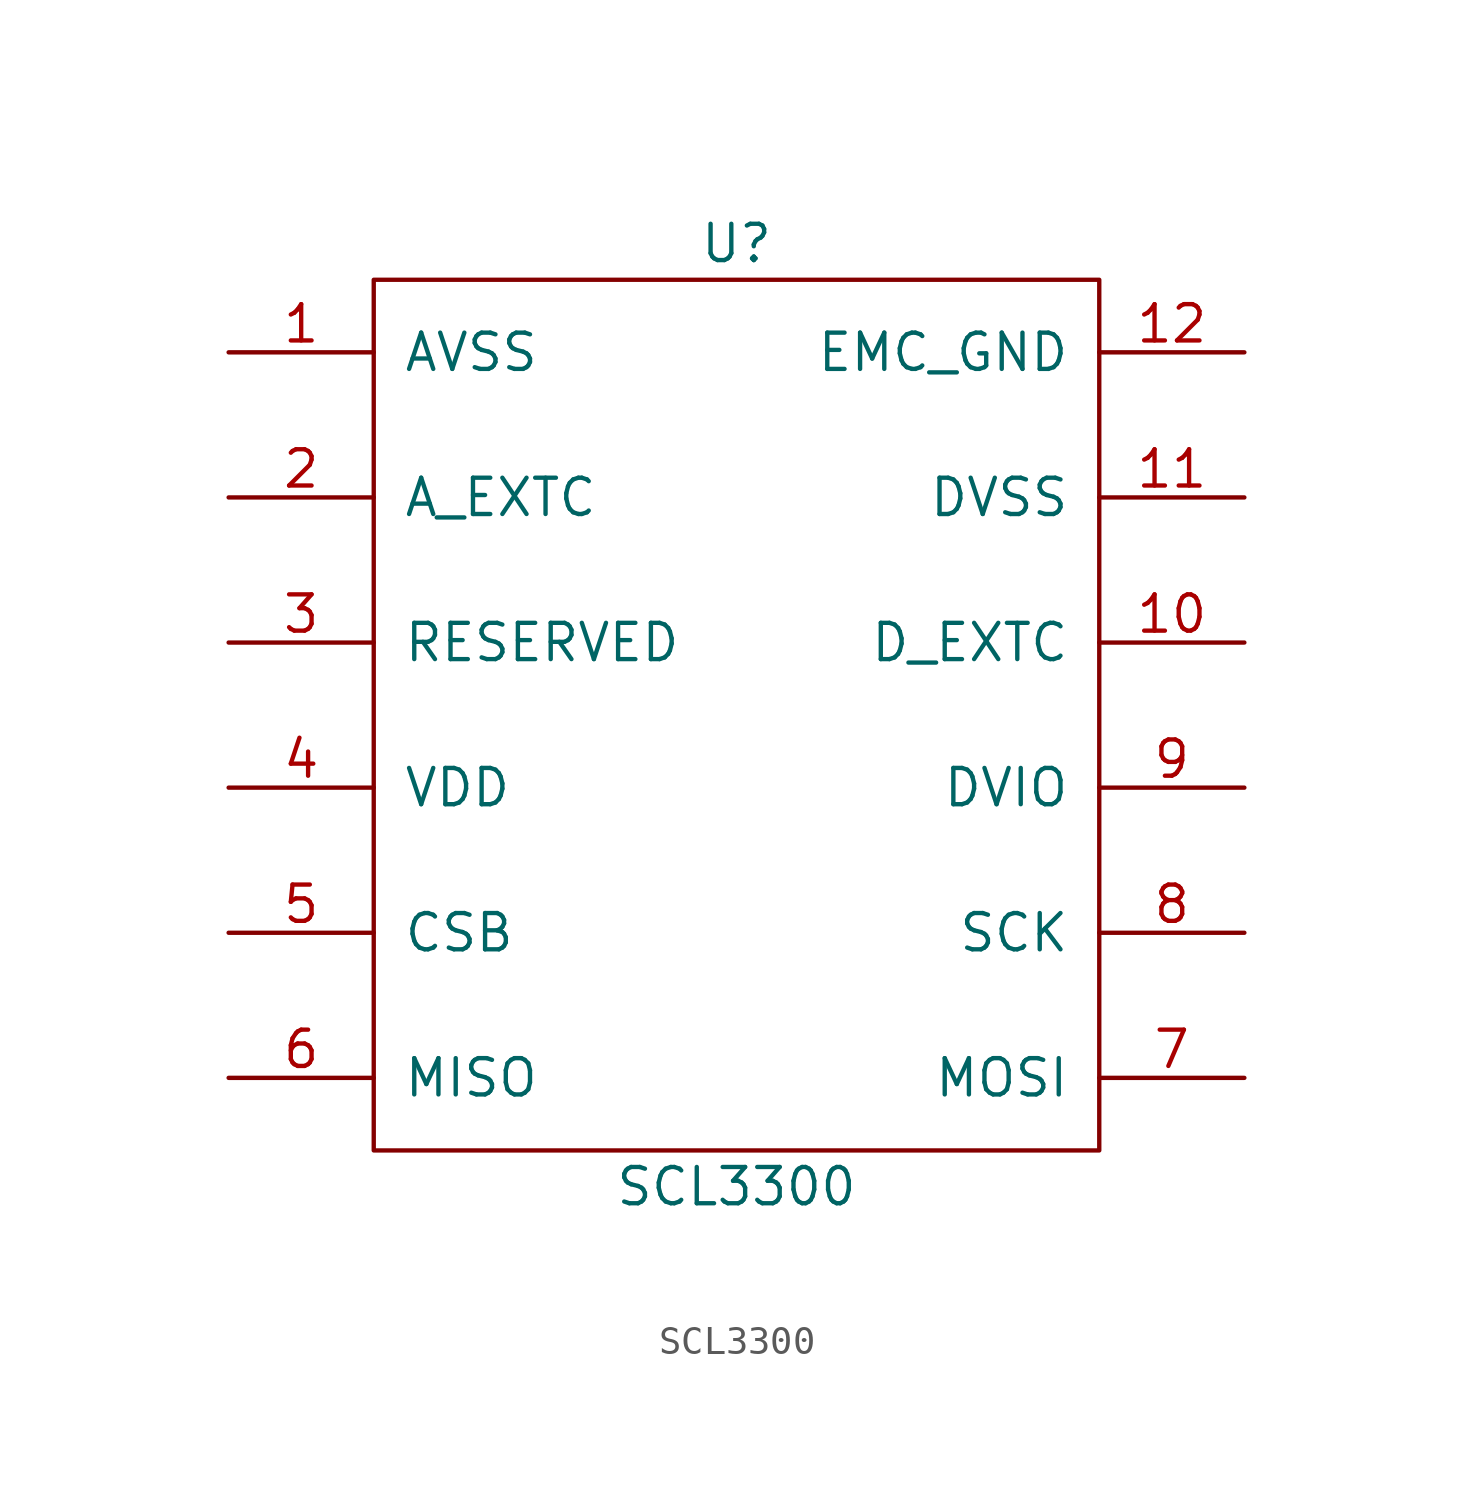
<source format=kicad_sym>
(kicad_symbol_lib
  (version 20211014)
  (generator kicad_symbol_editor)
  (symbol "SCL3300"
    (pin_names
      (offset 1.016))
    (property "Reference" "U"
      (at 0 16.51 0)
      (effects (font (size 1.27 1.27))))
    (property "Value" "SCL3300"
      (at 0 -16.51 0)
      (effects (font (size 1.27 1.27))))
    (symbol "SCL3300_0_1"
      (rectangle (start -12.7 15.24) (end 12.7 -15.24) (stroke (width 0) (type default) (color 0 0 0 0)) (fill (type none))))
    (symbol "SCL3300_1_1"
      (pin input line (at -17.78 12.7 0) (length 5.08) (name "AVSS" (effects (font (size 1.27 1.27)))) (number "1" (effects (font (size 1.27 1.27)))))
      (pin input line (at 17.78 2.54 180) (length 5.08) (name "D_EXTC" (effects (font (size 1.27 1.27)))) (number "10" (effects (font (size 1.27 1.27)))))
      (pin input line (at 17.78 7.62 180) (length 5.08) (name "DVSS" (effects (font (size 1.27 1.27)))) (number "11" (effects (font (size 1.27 1.27)))))
      (pin input line (at 17.78 12.7 180) (length 5.08) (name "EMC_GND" (effects (font (size 1.27 1.27)))) (number "12" (effects (font (size 1.27 1.27)))))
      (pin input line (at -17.78 7.62 0) (length 5.08) (name "A_EXTC" (effects (font (size 1.27 1.27)))) (number "2" (effects (font (size 1.27 1.27)))))
      (pin input line (at -17.78 2.54 0) (length 5.08) (name "RESERVED" (effects (font (size 1.27 1.27)))) (number "3" (effects (font (size 1.27 1.27)))))
      (pin input line (at -17.78 -2.54 0) (length 5.08) (name "VDD" (effects (font (size 1.27 1.27)))) (number "4" (effects (font (size 1.27 1.27)))))
      (pin input line (at -17.78 -7.62 0) (length 5.08) (name "CSB" (effects (font (size 1.27 1.27)))) (number "5" (effects (font (size 1.27 1.27)))))
      (pin input line (at -17.78 -12.7 0) (length 5.08) (name "MISO" (effects (font (size 1.27 1.27)))) (number "6" (effects (font (size 1.27 1.27)))))
      (pin input line (at 17.78 -12.7 180) (length 5.08) (name "MOSI" (effects (font (size 1.27 1.27)))) (number "7" (effects (font (size 1.27 1.27)))))
      (pin input line (at 17.78 -7.62 180) (length 5.08) (name "SCK" (effects (font (size 1.27 1.27)))) (number "8" (effects (font (size 1.27 1.27)))))
      (pin input line (at 17.78 -2.54 180) (length 5.08) (name "DVIO" (effects (font (size 1.27 1.27)))) (number "9" (effects (font (size 1.27 1.27))))))))
</source>
